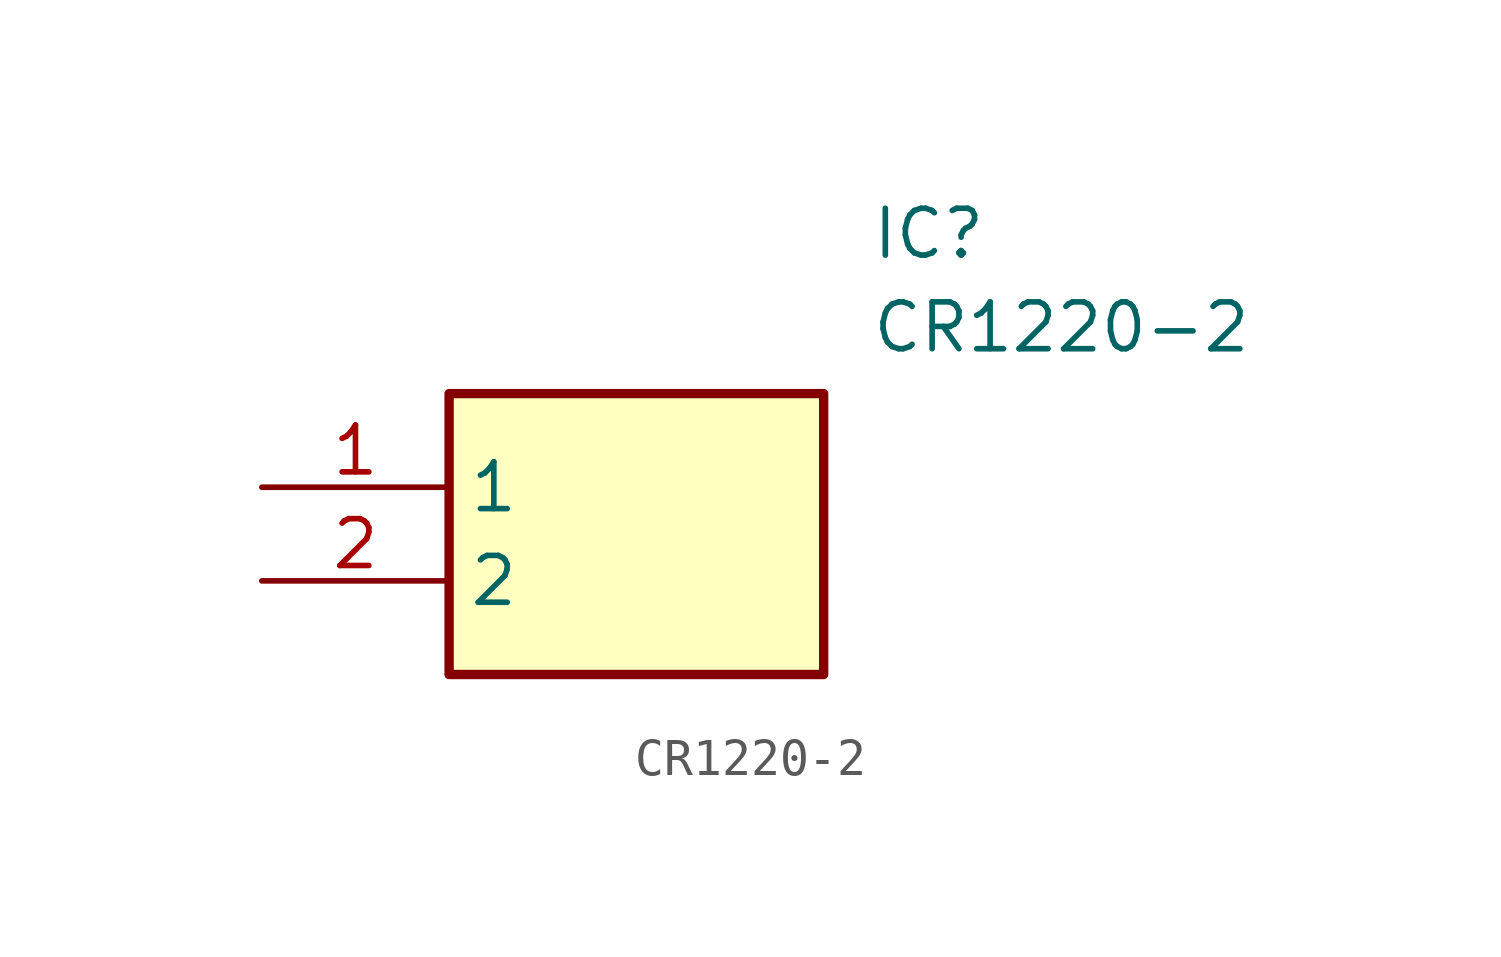
<source format=kicad_sym>
(kicad_symbol_lib
  (version 20211014)
  (generator SamacSys_ECAD_Model)
  (symbol "CR1220-2"
    (property "Reference" "IC"
      (at 16.51 7.62 0)
      (effects (font (size 1.27 1.27)) (justify left top)))
    (property "Value" "CR1220-2"
      (at 16.51 5.08 0)
      (effects (font (size 1.27 1.27)) (justify left top)))
    (rectangle
      (start 5.08 2.54)
      (end 15.24 -5.08)
      (stroke (width 0.254) (type default))
      (fill (type background)))
    (pin passive line
      (at 0 0 0)
      (length 5.08)
      (name "1" (effects (font (size 1.27 1.27))))
      (number "1" (effects (font (size 1.27 1.27)))))
    (pin passive line
      (at 0 -2.54 0)
      (length 5.08)
      (name "2" (effects (font (size 1.27 1.27))))
      (number "2" (effects (font (size 1.27 1.27)))))))
</source>
